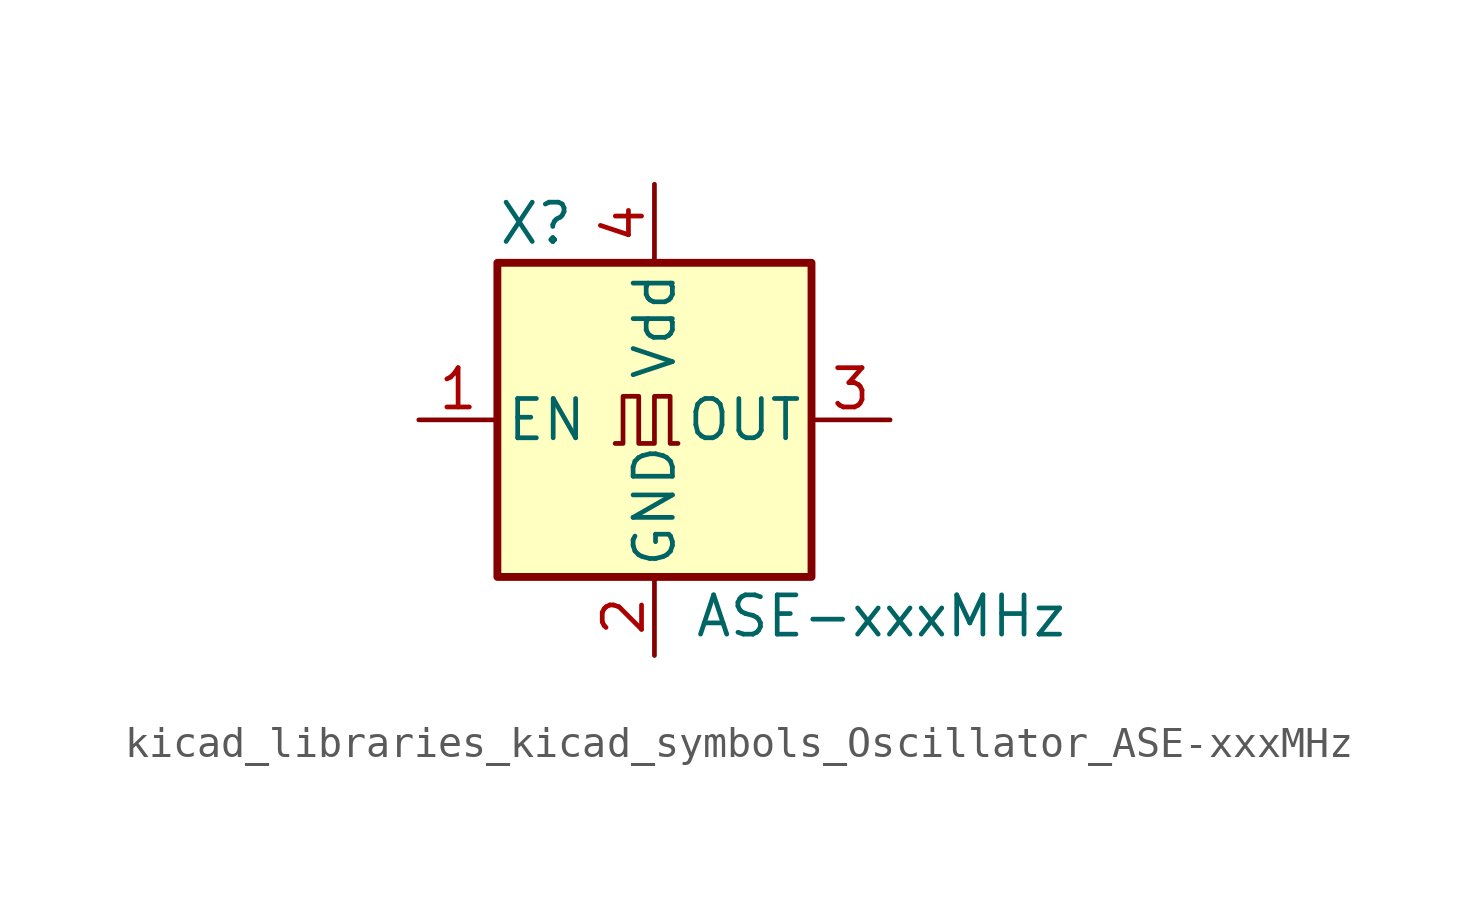
<source format=kicad_sym>
(kicad_symbol_lib
  (version 20220914)
  (generator kicad_symbol_editor)
  (symbol "kicad_libraries_kicad_symbols_Oscillator_ASE-xxxMHz"
    (pin_names
      (offset 0.254))
    (property "Reference" "X"
      (at -5.08 6.35 0)
      (effects (font (size 1.27 1.27)) (justify left)))
    (property "Value" "ASE-xxxMHz"
      (at 1.27 -6.35 0)
      (effects (font (size 1.27 1.27)) (justify left)))
    (symbol "kicad_libraries_kicad_symbols_Oscillator_ASE-xxxMHz_0_1"
      (rectangle (start -5.08 5.08) (end 5.08 -5.08) (stroke (width 0.254) (type default)) (fill (type background)))
      (polyline (pts (xy -1.27 -0.762) (xy -1.016 -0.762) (xy -1.016 0.762) (xy -0.508 0.762) (xy -0.508 -0.762) (xy 0 -0.762) (xy 0 0.762) (xy 0.508 0.762) (xy 0.508 -0.762) (xy 0.762 -0.762)) (stroke (width 0) (type default)) (fill (type none))))
    (symbol "kicad_libraries_kicad_symbols_Oscillator_ASE-xxxMHz_1_1"
      (pin input line (at -7.62 0 0) (length 2.54) (name "EN" (effects (font (size 1.27 1.27)))) (number "1" (effects (font (size 1.27 1.27)))))
      (pin power_in line (at 0 -7.62 90) (length 2.54) (name "GND" (effects (font (size 1.27 1.27)))) (number "2" (effects (font (size 1.27 1.27)))))
      (pin output line (at 7.62 0 180) (length 2.54) (name "OUT" (effects (font (size 1.27 1.27)))) (number "3" (effects (font (size 1.27 1.27)))))
      (pin power_in line (at 0 7.62 270) (length 2.54) (name "Vdd" (effects (font (size 1.27 1.27)))) (number "4" (effects (font (size 1.27 1.27))))))))
</source>
